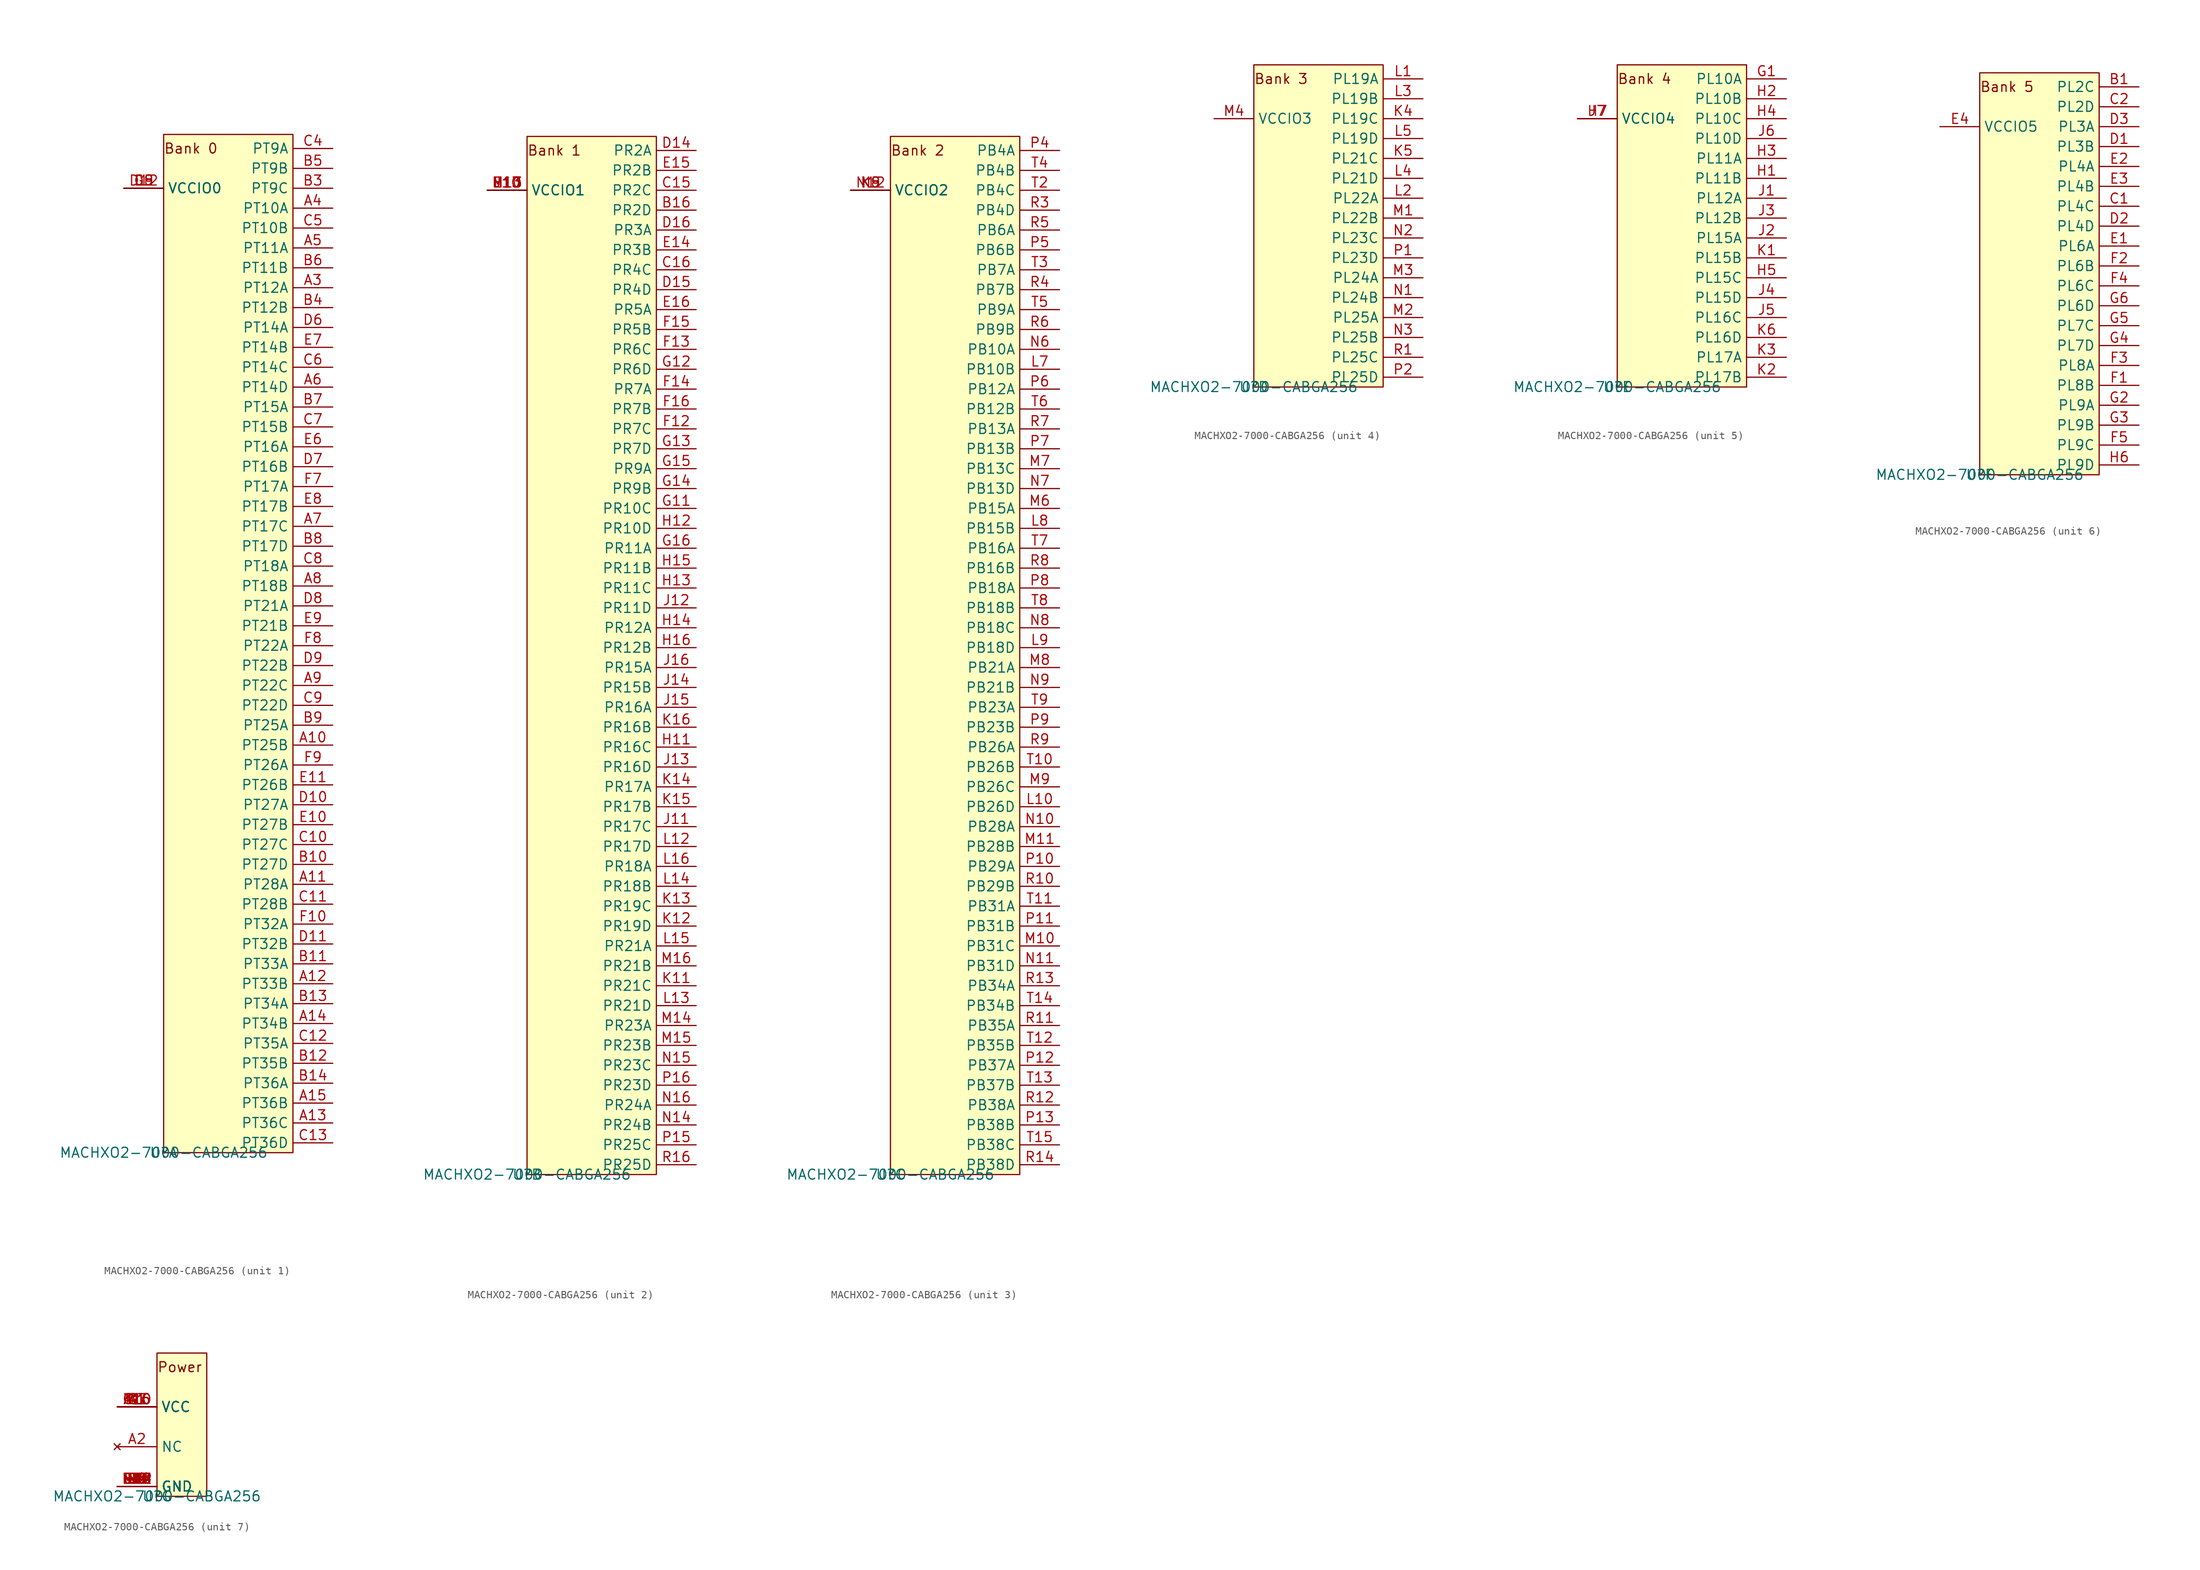
<source format=kicad_sym>
(kicad_symbol_lib
  (version 20211014)
  (generator kicad_symbol_editor)
  (symbol "MACHXO2-7000-CABGA256"
    (property "Reference" "U"
      (at 0 0 0)
      (effects (font (size 1.27 1.27))))
    (property "Value" "MACHXO2-7000-CABGA256"
      (at 0 0 0)
      (effects (font (size 1.27 1.27))))
    (property "ki_locked" ""
      (at 0 0 0)
      (effects (font (size 1.27 1.27))))
    (symbol "MACHXO2-7000-CABGA256_1_0"
      (pin power_in line (at -5.08 123.174 0) (length 5.08) (name "VCCIO0" (effects (font (size 1.27 1.27)))) (number "D5" (effects (font (size 1.27 1.27)))))
      (pin power_in line (at -5.08 123.174 0) (length 5.08) (name "VCCIO0" (effects (font (size 1.27 1.27)))) (number "G8" (effects (font (size 1.27 1.27)))))
      (pin power_in line (at -5.08 123.174 0) (length 5.08) (name "VCCIO0" (effects (font (size 1.27 1.27)))) (number "D12" (effects (font (size 1.27 1.27)))))
      (pin power_in line (at -5.08 123.174 0) (length 5.08) (name "VCCIO0" (effects (font (size 1.27 1.27)))) (number "G9" (effects (font (size 1.27 1.27)))))
      (pin bidirectional line (at 21.59 128.254 180) (length 5.08) (name "PT9A" (effects (font (size 1.27 1.27)))) (number "C4" (effects (font (size 1.27 1.27)))))
      (pin bidirectional line (at 21.59 125.714 180) (length 5.08) (name "PT9B" (effects (font (size 1.27 1.27)))) (number "B5" (effects (font (size 1.27 1.27)))))
      (pin bidirectional line (at 21.59 123.174 180) (length 5.08) (name "PT9C" (effects (font (size 1.27 1.27)))) (number "B3" (effects (font (size 1.27 1.27)))))
      (pin bidirectional line (at 21.59 120.634 180) (length 5.08) (name "PT10A" (effects (font (size 1.27 1.27)))) (number "A4" (effects (font (size 1.27 1.27)))))
      (pin bidirectional line (at 21.59 118.094 180) (length 5.08) (name "PT10B" (effects (font (size 1.27 1.27)))) (number "C5" (effects (font (size 1.27 1.27)))))
      (pin bidirectional line (at 21.59 115.554 180) (length 5.08) (name "PT11A" (effects (font (size 1.27 1.27)))) (number "A5" (effects (font (size 1.27 1.27)))))
      (pin bidirectional line (at 21.59 113.014 180) (length 5.08) (name "PT11B" (effects (font (size 1.27 1.27)))) (number "B6" (effects (font (size 1.27 1.27)))))
      (pin bidirectional line (at 21.59 110.474 180) (length 5.08) (name "PT12A" (effects (font (size 1.27 1.27)))) (number "A3" (effects (font (size 1.27 1.27)))))
      (pin bidirectional line (at 21.59 107.934 180) (length 5.08) (name "PT12B" (effects (font (size 1.27 1.27)))) (number "B4" (effects (font (size 1.27 1.27)))))
      (pin bidirectional line (at 21.59 105.394 180) (length 5.08) (name "PT14A" (effects (font (size 1.27 1.27)))) (number "D6" (effects (font (size 1.27 1.27)))))
      (pin bidirectional line (at 21.59 102.854 180) (length 5.08) (name "PT14B" (effects (font (size 1.27 1.27)))) (number "E7" (effects (font (size 1.27 1.27)))))
      (pin bidirectional line (at 21.59 100.314 180) (length 5.08) (name "PT14C" (effects (font (size 1.27 1.27)))) (number "C6" (effects (font (size 1.27 1.27)))))
      (pin bidirectional line (at 21.59 97.774 180) (length 5.08) (name "PT14D" (effects (font (size 1.27 1.27)))) (number "A6" (effects (font (size 1.27 1.27)))))
      (pin bidirectional line (at 21.59 95.234 180) (length 5.08) (name "PT15A" (effects (font (size 1.27 1.27)))) (number "B7" (effects (font (size 1.27 1.27)))))
      (pin bidirectional line (at 21.59 92.694 180) (length 5.08) (name "PT15B" (effects (font (size 1.27 1.27)))) (number "C7" (effects (font (size 1.27 1.27)))))
      (pin bidirectional line (at 21.59 90.154 180) (length 5.08) (name "PT16A" (effects (font (size 1.27 1.27)))) (number "E6" (effects (font (size 1.27 1.27)))))
      (pin bidirectional line (at 21.59 87.614 180) (length 5.08) (name "PT16B" (effects (font (size 1.27 1.27)))) (number "D7" (effects (font (size 1.27 1.27)))))
      (pin bidirectional line (at 21.59 85.074 180) (length 5.08) (name "PT17A" (effects (font (size 1.27 1.27)))) (number "F7" (effects (font (size 1.27 1.27)))))
      (pin bidirectional line (at 21.59 82.534 180) (length 5.08) (name "PT17B" (effects (font (size 1.27 1.27)))) (number "E8" (effects (font (size 1.27 1.27)))))
      (pin bidirectional line (at 21.59 79.994 180) (length 5.08) (name "PT17C" (effects (font (size 1.27 1.27)))) (number "A7" (effects (font (size 1.27 1.27)))))
      (pin bidirectional line (at 21.59 77.454 180) (length 5.08) (name "PT17D" (effects (font (size 1.27 1.27)))) (number "B8" (effects (font (size 1.27 1.27)))))
      (pin bidirectional line (at 21.59 74.914 180) (length 5.08) (name "PT18A" (effects (font (size 1.27 1.27)))) (number "C8" (effects (font (size 1.27 1.27)))))
      (pin bidirectional line (at 21.59 72.374 180) (length 5.08) (name "PT18B" (effects (font (size 1.27 1.27)))) (number "A8" (effects (font (size 1.27 1.27)))))
      (pin bidirectional line (at 21.59 69.834 180) (length 5.08) (name "PT21A" (effects (font (size 1.27 1.27)))) (number "D8" (effects (font (size 1.27 1.27)))))
      (pin bidirectional line (at 21.59 67.294 180) (length 5.08) (name "PT21B" (effects (font (size 1.27 1.27)))) (number "E9" (effects (font (size 1.27 1.27)))))
      (pin bidirectional line (at 21.59 64.754 180) (length 5.08) (name "PT22A" (effects (font (size 1.27 1.27)))) (number "F8" (effects (font (size 1.27 1.27)))))
      (pin bidirectional line (at 21.59 62.214 180) (length 5.08) (name "PT22B" (effects (font (size 1.27 1.27)))) (number "D9" (effects (font (size 1.27 1.27)))))
      (pin bidirectional line (at 21.59 59.674 180) (length 5.08) (name "PT22C" (effects (font (size 1.27 1.27)))) (number "A9" (effects (font (size 1.27 1.27)))))
      (pin bidirectional line (at 21.59 57.134 180) (length 5.08) (name "PT22D" (effects (font (size 1.27 1.27)))) (number "C9" (effects (font (size 1.27 1.27)))))
      (pin bidirectional line (at 21.59 54.594 180) (length 5.08) (name "PT25A" (effects (font (size 1.27 1.27)))) (number "B9" (effects (font (size 1.27 1.27)))))
      (pin bidirectional line (at 21.59 52.054 180) (length 5.08) (name "PT25B" (effects (font (size 1.27 1.27)))) (number "A10" (effects (font (size 1.27 1.27)))))
      (pin bidirectional line (at 21.59 49.514 180) (length 5.08) (name "PT26A" (effects (font (size 1.27 1.27)))) (number "F9" (effects (font (size 1.27 1.27)))))
      (pin bidirectional line (at 21.59 46.974 180) (length 5.08) (name "PT26B" (effects (font (size 1.27 1.27)))) (number "E11" (effects (font (size 1.27 1.27)))))
      (pin bidirectional line (at 21.59 44.434 180) (length 5.08) (name "PT27A" (effects (font (size 1.27 1.27)))) (number "D10" (effects (font (size 1.27 1.27)))))
      (pin bidirectional line (at 21.59 41.894 180) (length 5.08) (name "PT27B" (effects (font (size 1.27 1.27)))) (number "E10" (effects (font (size 1.27 1.27)))))
      (pin bidirectional line (at 21.59 39.354 180) (length 5.08) (name "PT27C" (effects (font (size 1.27 1.27)))) (number "C10" (effects (font (size 1.27 1.27)))))
      (pin bidirectional line (at 21.59 36.814 180) (length 5.08) (name "PT27D" (effects (font (size 1.27 1.27)))) (number "B10" (effects (font (size 1.27 1.27)))))
      (pin bidirectional line (at 21.59 34.274 180) (length 5.08) (name "PT28A" (effects (font (size 1.27 1.27)))) (number "A11" (effects (font (size 1.27 1.27)))))
      (pin bidirectional line (at 21.59 31.734 180) (length 5.08) (name "PT28B" (effects (font (size 1.27 1.27)))) (number "C11" (effects (font (size 1.27 1.27)))))
      (pin bidirectional line (at 21.59 29.194 180) (length 5.08) (name "PT32A" (effects (font (size 1.27 1.27)))) (number "F10" (effects (font (size 1.27 1.27)))))
      (pin bidirectional line (at 21.59 26.654 180) (length 5.08) (name "PT32B" (effects (font (size 1.27 1.27)))) (number "D11" (effects (font (size 1.27 1.27)))))
      (pin bidirectional line (at 21.59 24.114 180) (length 5.08) (name "PT33A" (effects (font (size 1.27 1.27)))) (number "B11" (effects (font (size 1.27 1.27)))))
      (pin bidirectional line (at 21.59 21.574 180) (length 5.08) (name "PT33B" (effects (font (size 1.27 1.27)))) (number "A12" (effects (font (size 1.27 1.27)))))
      (pin bidirectional line (at 21.59 19.034 180) (length 5.08) (name "PT34A" (effects (font (size 1.27 1.27)))) (number "B13" (effects (font (size 1.27 1.27)))))
      (pin bidirectional line (at 21.59 16.494 180) (length 5.08) (name "PT34B" (effects (font (size 1.27 1.27)))) (number "A14" (effects (font (size 1.27 1.27)))))
      (pin bidirectional line (at 21.59 13.954 180) (length 5.08) (name "PT35A" (effects (font (size 1.27 1.27)))) (number "C12" (effects (font (size 1.27 1.27)))))
      (pin bidirectional line (at 21.59 11.414 180) (length 5.08) (name "PT35B" (effects (font (size 1.27 1.27)))) (number "B12" (effects (font (size 1.27 1.27)))))
      (pin bidirectional line (at 21.59 8.874 180) (length 5.08) (name "PT36A" (effects (font (size 1.27 1.27)))) (number "B14" (effects (font (size 1.27 1.27)))))
      (pin bidirectional line (at 21.59 6.334 180) (length 5.08) (name "PT36B" (effects (font (size 1.27 1.27)))) (number "A15" (effects (font (size 1.27 1.27)))))
      (pin bidirectional line (at 21.59 3.794 180) (length 5.08) (name "PT36C" (effects (font (size 1.27 1.27)))) (number "A13" (effects (font (size 1.27 1.27)))))
      (pin bidirectional line (at 21.59 1.254 180) (length 5.08) (name "PT36D" (effects (font (size 1.27 1.27)))) (number "C13" (effects (font (size 1.27 1.27))))))
    (symbol "MACHXO2-7000-CABGA256_1_1"
      (rectangle (start 0 0) (end 16.51 130.048) (stroke (width 0) (type default) (color 0 0 0 0)) (fill (type background)))
      (text "Bank 0" (at 0 128.254 0) (effects (font (size 1.27 1.27)) (justify left))))
    (symbol "MACHXO2-7000-CABGA256_2_0"
      (pin power_in line (at -5.08 125.714 0) (length 5.08) (name "VCCIO1" (effects (font (size 1.27 1.27)))) (number "E13" (effects (font (size 1.27 1.27)))))
      (pin power_in line (at -5.08 125.714 0) (length 5.08) (name "VCCIO1" (effects (font (size 1.27 1.27)))) (number "H10" (effects (font (size 1.27 1.27)))))
      (pin power_in line (at -5.08 125.714 0) (length 5.08) (name "VCCIO1" (effects (font (size 1.27 1.27)))) (number "J10" (effects (font (size 1.27 1.27)))))
      (pin power_in line (at -5.08 125.714 0) (length 5.08) (name "VCCIO1" (effects (font (size 1.27 1.27)))) (number "M13" (effects (font (size 1.27 1.27)))))
      (pin bidirectional line (at 21.59 130.794 180) (length 5.08) (name "PR2A" (effects (font (size 1.27 1.27)))) (number "D14" (effects (font (size 1.27 1.27)))))
      (pin bidirectional line (at 21.59 128.254 180) (length 5.08) (name "PR2B" (effects (font (size 1.27 1.27)))) (number "E15" (effects (font (size 1.27 1.27)))))
      (pin bidirectional line (at 21.59 125.714 180) (length 5.08) (name "PR2C" (effects (font (size 1.27 1.27)))) (number "C15" (effects (font (size 1.27 1.27)))))
      (pin bidirectional line (at 21.59 123.174 180) (length 5.08) (name "PR2D" (effects (font (size 1.27 1.27)))) (number "B16" (effects (font (size 1.27 1.27)))))
      (pin bidirectional line (at 21.59 120.634 180) (length 5.08) (name "PR3A" (effects (font (size 1.27 1.27)))) (number "D16" (effects (font (size 1.27 1.27)))))
      (pin bidirectional line (at 21.59 118.094 180) (length 5.08) (name "PR3B" (effects (font (size 1.27 1.27)))) (number "E14" (effects (font (size 1.27 1.27)))))
      (pin bidirectional line (at 21.59 115.554 180) (length 5.08) (name "PR4C" (effects (font (size 1.27 1.27)))) (number "C16" (effects (font (size 1.27 1.27)))))
      (pin bidirectional line (at 21.59 113.014 180) (length 5.08) (name "PR4D" (effects (font (size 1.27 1.27)))) (number "D15" (effects (font (size 1.27 1.27)))))
      (pin bidirectional line (at 21.59 110.474 180) (length 5.08) (name "PR5A" (effects (font (size 1.27 1.27)))) (number "E16" (effects (font (size 1.27 1.27)))))
      (pin bidirectional line (at 21.59 107.934 180) (length 5.08) (name "PR5B" (effects (font (size 1.27 1.27)))) (number "F15" (effects (font (size 1.27 1.27)))))
      (pin bidirectional line (at 21.59 105.394 180) (length 5.08) (name "PR6C" (effects (font (size 1.27 1.27)))) (number "F13" (effects (font (size 1.27 1.27)))))
      (pin bidirectional line (at 21.59 102.854 180) (length 5.08) (name "PR6D" (effects (font (size 1.27 1.27)))) (number "G12" (effects (font (size 1.27 1.27)))))
      (pin bidirectional line (at 21.59 100.314 180) (length 5.08) (name "PR7A" (effects (font (size 1.27 1.27)))) (number "F14" (effects (font (size 1.27 1.27)))))
      (pin bidirectional line (at 21.59 97.774 180) (length 5.08) (name "PR7B" (effects (font (size 1.27 1.27)))) (number "F16" (effects (font (size 1.27 1.27)))))
      (pin bidirectional line (at 21.59 95.234 180) (length 5.08) (name "PR7C" (effects (font (size 1.27 1.27)))) (number "F12" (effects (font (size 1.27 1.27)))))
      (pin bidirectional line (at 21.59 92.694 180) (length 5.08) (name "PR7D" (effects (font (size 1.27 1.27)))) (number "G13" (effects (font (size 1.27 1.27)))))
      (pin bidirectional line (at 21.59 90.154 180) (length 5.08) (name "PR9A" (effects (font (size 1.27 1.27)))) (number "G15" (effects (font (size 1.27 1.27)))))
      (pin bidirectional line (at 21.59 87.614 180) (length 5.08) (name "PR9B" (effects (font (size 1.27 1.27)))) (number "G14" (effects (font (size 1.27 1.27)))))
      (pin bidirectional line (at 21.59 85.074 180) (length 5.08) (name "PR10C" (effects (font (size 1.27 1.27)))) (number "G11" (effects (font (size 1.27 1.27)))))
      (pin bidirectional line (at 21.59 82.534 180) (length 5.08) (name "PR10D" (effects (font (size 1.27 1.27)))) (number "H12" (effects (font (size 1.27 1.27)))))
      (pin bidirectional line (at 21.59 79.994 180) (length 5.08) (name "PR11A" (effects (font (size 1.27 1.27)))) (number "G16" (effects (font (size 1.27 1.27)))))
      (pin bidirectional line (at 21.59 77.454 180) (length 5.08) (name "PR11B" (effects (font (size 1.27 1.27)))) (number "H15" (effects (font (size 1.27 1.27)))))
      (pin bidirectional line (at 21.59 74.914 180) (length 5.08) (name "PR11C" (effects (font (size 1.27 1.27)))) (number "H13" (effects (font (size 1.27 1.27)))))
      (pin bidirectional line (at 21.59 72.374 180) (length 5.08) (name "PR11D" (effects (font (size 1.27 1.27)))) (number "J12" (effects (font (size 1.27 1.27)))))
      (pin bidirectional line (at 21.59 69.834 180) (length 5.08) (name "PR12A" (effects (font (size 1.27 1.27)))) (number "H14" (effects (font (size 1.27 1.27)))))
      (pin bidirectional line (at 21.59 67.294 180) (length 5.08) (name "PR12B" (effects (font (size 1.27 1.27)))) (number "H16" (effects (font (size 1.27 1.27)))))
      (pin bidirectional line (at 21.59 64.754 180) (length 5.08) (name "PR15A" (effects (font (size 1.27 1.27)))) (number "J16" (effects (font (size 1.27 1.27)))))
      (pin bidirectional line (at 21.59 62.214 180) (length 5.08) (name "PR15B" (effects (font (size 1.27 1.27)))) (number "J14" (effects (font (size 1.27 1.27)))))
      (pin bidirectional line (at 21.59 59.674 180) (length 5.08) (name "PR16A" (effects (font (size 1.27 1.27)))) (number "J15" (effects (font (size 1.27 1.27)))))
      (pin bidirectional line (at 21.59 57.134 180) (length 5.08) (name "PR16B" (effects (font (size 1.27 1.27)))) (number "K16" (effects (font (size 1.27 1.27)))))
      (pin bidirectional line (at 21.59 54.594 180) (length 5.08) (name "PR16C" (effects (font (size 1.27 1.27)))) (number "H11" (effects (font (size 1.27 1.27)))))
      (pin bidirectional line (at 21.59 52.054 180) (length 5.08) (name "PR16D" (effects (font (size 1.27 1.27)))) (number "J13" (effects (font (size 1.27 1.27)))))
      (pin bidirectional line (at 21.59 49.514 180) (length 5.08) (name "PR17A" (effects (font (size 1.27 1.27)))) (number "K14" (effects (font (size 1.27 1.27)))))
      (pin bidirectional line (at 21.59 46.974 180) (length 5.08) (name "PR17B" (effects (font (size 1.27 1.27)))) (number "K15" (effects (font (size 1.27 1.27)))))
      (pin bidirectional line (at 21.59 44.434 180) (length 5.08) (name "PR17C" (effects (font (size 1.27 1.27)))) (number "J11" (effects (font (size 1.27 1.27)))))
      (pin bidirectional line (at 21.59 41.894 180) (length 5.08) (name "PR17D" (effects (font (size 1.27 1.27)))) (number "L12" (effects (font (size 1.27 1.27)))))
      (pin bidirectional line (at 21.59 39.354 180) (length 5.08) (name "PR18A" (effects (font (size 1.27 1.27)))) (number "L16" (effects (font (size 1.27 1.27)))))
      (pin bidirectional line (at 21.59 36.814 180) (length 5.08) (name "PR18B" (effects (font (size 1.27 1.27)))) (number "L14" (effects (font (size 1.27 1.27)))))
      (pin bidirectional line (at 21.59 34.274 180) (length 5.08) (name "PR19C" (effects (font (size 1.27 1.27)))) (number "K13" (effects (font (size 1.27 1.27)))))
      (pin bidirectional line (at 21.59 31.734 180) (length 5.08) (name "PR19D" (effects (font (size 1.27 1.27)))) (number "K12" (effects (font (size 1.27 1.27)))))
      (pin bidirectional line (at 21.59 29.194 180) (length 5.08) (name "PR21A" (effects (font (size 1.27 1.27)))) (number "L15" (effects (font (size 1.27 1.27)))))
      (pin bidirectional line (at 21.59 26.654 180) (length 5.08) (name "PR21B" (effects (font (size 1.27 1.27)))) (number "M16" (effects (font (size 1.27 1.27)))))
      (pin bidirectional line (at 21.59 24.114 180) (length 5.08) (name "PR21C" (effects (font (size 1.27 1.27)))) (number "K11" (effects (font (size 1.27 1.27)))))
      (pin bidirectional line (at 21.59 21.574 180) (length 5.08) (name "PR21D" (effects (font (size 1.27 1.27)))) (number "L13" (effects (font (size 1.27 1.27)))))
      (pin bidirectional line (at 21.59 19.034 180) (length 5.08) (name "PR23A" (effects (font (size 1.27 1.27)))) (number "M14" (effects (font (size 1.27 1.27)))))
      (pin bidirectional line (at 21.59 16.494 180) (length 5.08) (name "PR23B" (effects (font (size 1.27 1.27)))) (number "M15" (effects (font (size 1.27 1.27)))))
      (pin bidirectional line (at 21.59 13.954 180) (length 5.08) (name "PR23C" (effects (font (size 1.27 1.27)))) (number "N15" (effects (font (size 1.27 1.27)))))
      (pin bidirectional line (at 21.59 11.414 180) (length 5.08) (name "PR23D" (effects (font (size 1.27 1.27)))) (number "P16" (effects (font (size 1.27 1.27)))))
      (pin bidirectional line (at 21.59 8.874 180) (length 5.08) (name "PR24A" (effects (font (size 1.27 1.27)))) (number "N16" (effects (font (size 1.27 1.27)))))
      (pin bidirectional line (at 21.59 6.334 180) (length 5.08) (name "PR24B" (effects (font (size 1.27 1.27)))) (number "N14" (effects (font (size 1.27 1.27)))))
      (pin bidirectional line (at 21.59 3.794 180) (length 5.08) (name "PR25C" (effects (font (size 1.27 1.27)))) (number "P15" (effects (font (size 1.27 1.27)))))
      (pin bidirectional line (at 21.59 1.254 180) (length 5.08) (name "PR25D" (effects (font (size 1.27 1.27)))) (number "R16" (effects (font (size 1.27 1.27))))))
    (symbol "MACHXO2-7000-CABGA256_2_1"
      (rectangle (start 0 0) (end 16.51 132.588) (stroke (width 0) (type default) (color 0 0 0 0)) (fill (type background)))
      (text "Bank 1" (at 0 130.794 0) (effects (font (size 1.27 1.27)) (justify left))))
    (symbol "MACHXO2-7000-CABGA256_3_0"
      (pin power_in line (at -5.08 125.714 0) (length 5.08) (name "VCCIO2" (effects (font (size 1.27 1.27)))) (number "K9" (effects (font (size 1.27 1.27)))))
      (pin power_in line (at -5.08 125.714 0) (length 5.08) (name "VCCIO2" (effects (font (size 1.27 1.27)))) (number "N12" (effects (font (size 1.27 1.27)))))
      (pin power_in line (at -5.08 125.714 0) (length 5.08) (name "VCCIO2" (effects (font (size 1.27 1.27)))) (number "K8" (effects (font (size 1.27 1.27)))))
      (pin power_in line (at -5.08 125.714 0) (length 5.08) (name "VCCIO2" (effects (font (size 1.27 1.27)))) (number "N5" (effects (font (size 1.27 1.27)))))
      (pin bidirectional line (at 21.59 130.794 180) (length 5.08) (name "PB4A" (effects (font (size 1.27 1.27)))) (number "P4" (effects (font (size 1.27 1.27)))))
      (pin bidirectional line (at 21.59 128.254 180) (length 5.08) (name "PB4B" (effects (font (size 1.27 1.27)))) (number "T4" (effects (font (size 1.27 1.27)))))
      (pin bidirectional line (at 21.59 125.714 180) (length 5.08) (name "PB4C" (effects (font (size 1.27 1.27)))) (number "T2" (effects (font (size 1.27 1.27)))))
      (pin bidirectional line (at 21.59 123.174 180) (length 5.08) (name "PB4D" (effects (font (size 1.27 1.27)))) (number "R3" (effects (font (size 1.27 1.27)))))
      (pin bidirectional line (at 21.59 120.634 180) (length 5.08) (name "PB6A" (effects (font (size 1.27 1.27)))) (number "R5" (effects (font (size 1.27 1.27)))))
      (pin bidirectional line (at 21.59 118.094 180) (length 5.08) (name "PB6B" (effects (font (size 1.27 1.27)))) (number "P5" (effects (font (size 1.27 1.27)))))
      (pin bidirectional line (at 21.59 115.554 180) (length 5.08) (name "PB7A" (effects (font (size 1.27 1.27)))) (number "T3" (effects (font (size 1.27 1.27)))))
      (pin bidirectional line (at 21.59 113.014 180) (length 5.08) (name "PB7B" (effects (font (size 1.27 1.27)))) (number "R4" (effects (font (size 1.27 1.27)))))
      (pin bidirectional line (at 21.59 110.474 180) (length 5.08) (name "PB9A" (effects (font (size 1.27 1.27)))) (number "T5" (effects (font (size 1.27 1.27)))))
      (pin bidirectional line (at 21.59 107.934 180) (length 5.08) (name "PB9B" (effects (font (size 1.27 1.27)))) (number "R6" (effects (font (size 1.27 1.27)))))
      (pin bidirectional line (at 21.59 105.394 180) (length 5.08) (name "PB10A" (effects (font (size 1.27 1.27)))) (number "N6" (effects (font (size 1.27 1.27)))))
      (pin bidirectional line (at 21.59 102.854 180) (length 5.08) (name "PB10B" (effects (font (size 1.27 1.27)))) (number "L7" (effects (font (size 1.27 1.27)))))
      (pin bidirectional line (at 21.59 100.314 180) (length 5.08) (name "PB12A" (effects (font (size 1.27 1.27)))) (number "P6" (effects (font (size 1.27 1.27)))))
      (pin bidirectional line (at 21.59 97.774 180) (length 5.08) (name "PB12B" (effects (font (size 1.27 1.27)))) (number "T6" (effects (font (size 1.27 1.27)))))
      (pin bidirectional line (at 21.59 95.234 180) (length 5.08) (name "PB13A" (effects (font (size 1.27 1.27)))) (number "R7" (effects (font (size 1.27 1.27)))))
      (pin bidirectional line (at 21.59 92.694 180) (length 5.08) (name "PB13B" (effects (font (size 1.27 1.27)))) (number "P7" (effects (font (size 1.27 1.27)))))
      (pin bidirectional line (at 21.59 90.154 180) (length 5.08) (name "PB13C" (effects (font (size 1.27 1.27)))) (number "M7" (effects (font (size 1.27 1.27)))))
      (pin bidirectional line (at 21.59 87.614 180) (length 5.08) (name "PB13D" (effects (font (size 1.27 1.27)))) (number "N7" (effects (font (size 1.27 1.27)))))
      (pin bidirectional line (at 21.59 85.074 180) (length 5.08) (name "PB15A" (effects (font (size 1.27 1.27)))) (number "M6" (effects (font (size 1.27 1.27)))))
      (pin bidirectional line (at 21.59 82.534 180) (length 5.08) (name "PB15B" (effects (font (size 1.27 1.27)))) (number "L8" (effects (font (size 1.27 1.27)))))
      (pin bidirectional line (at 21.59 79.994 180) (length 5.08) (name "PB16A" (effects (font (size 1.27 1.27)))) (number "T7" (effects (font (size 1.27 1.27)))))
      (pin bidirectional line (at 21.59 77.454 180) (length 5.08) (name "PB16B" (effects (font (size 1.27 1.27)))) (number "R8" (effects (font (size 1.27 1.27)))))
      (pin bidirectional line (at 21.59 74.914 180) (length 5.08) (name "PB18A" (effects (font (size 1.27 1.27)))) (number "P8" (effects (font (size 1.27 1.27)))))
      (pin bidirectional line (at 21.59 72.374 180) (length 5.08) (name "PB18B" (effects (font (size 1.27 1.27)))) (number "T8" (effects (font (size 1.27 1.27)))))
      (pin bidirectional line (at 21.59 69.834 180) (length 5.08) (name "PB18C" (effects (font (size 1.27 1.27)))) (number "N8" (effects (font (size 1.27 1.27)))))
      (pin bidirectional line (at 21.59 67.294 180) (length 5.08) (name "PB18D" (effects (font (size 1.27 1.27)))) (number "L9" (effects (font (size 1.27 1.27)))))
      (pin bidirectional line (at 21.59 64.754 180) (length 5.08) (name "PB21A" (effects (font (size 1.27 1.27)))) (number "M8" (effects (font (size 1.27 1.27)))))
      (pin bidirectional line (at 21.59 62.214 180) (length 5.08) (name "PB21B" (effects (font (size 1.27 1.27)))) (number "N9" (effects (font (size 1.27 1.27)))))
      (pin bidirectional line (at 21.59 59.674 180) (length 5.08) (name "PB23A" (effects (font (size 1.27 1.27)))) (number "T9" (effects (font (size 1.27 1.27)))))
      (pin bidirectional line (at 21.59 57.134 180) (length 5.08) (name "PB23B" (effects (font (size 1.27 1.27)))) (number "P9" (effects (font (size 1.27 1.27)))))
      (pin bidirectional line (at 21.59 54.594 180) (length 5.08) (name "PB26A" (effects (font (size 1.27 1.27)))) (number "R9" (effects (font (size 1.27 1.27)))))
      (pin bidirectional line (at 21.59 52.054 180) (length 5.08) (name "PB26B" (effects (font (size 1.27 1.27)))) (number "T10" (effects (font (size 1.27 1.27)))))
      (pin bidirectional line (at 21.59 49.514 180) (length 5.08) (name "PB26C" (effects (font (size 1.27 1.27)))) (number "M9" (effects (font (size 1.27 1.27)))))
      (pin bidirectional line (at 21.59 46.974 180) (length 5.08) (name "PB26D" (effects (font (size 1.27 1.27)))) (number "L10" (effects (font (size 1.27 1.27)))))
      (pin bidirectional line (at 21.59 44.434 180) (length 5.08) (name "PB28A" (effects (font (size 1.27 1.27)))) (number "N10" (effects (font (size 1.27 1.27)))))
      (pin bidirectional line (at 21.59 41.894 180) (length 5.08) (name "PB28B" (effects (font (size 1.27 1.27)))) (number "M11" (effects (font (size 1.27 1.27)))))
      (pin bidirectional line (at 21.59 39.354 180) (length 5.08) (name "PB29A" (effects (font (size 1.27 1.27)))) (number "P10" (effects (font (size 1.27 1.27)))))
      (pin bidirectional line (at 21.59 36.814 180) (length 5.08) (name "PB29B" (effects (font (size 1.27 1.27)))) (number "R10" (effects (font (size 1.27 1.27)))))
      (pin bidirectional line (at 21.59 34.274 180) (length 5.08) (name "PB31A" (effects (font (size 1.27 1.27)))) (number "T11" (effects (font (size 1.27 1.27)))))
      (pin bidirectional line (at 21.59 31.734 180) (length 5.08) (name "PB31B" (effects (font (size 1.27 1.27)))) (number "P11" (effects (font (size 1.27 1.27)))))
      (pin bidirectional line (at 21.59 29.194 180) (length 5.08) (name "PB31C" (effects (font (size 1.27 1.27)))) (number "M10" (effects (font (size 1.27 1.27)))))
      (pin bidirectional line (at 21.59 26.654 180) (length 5.08) (name "PB31D" (effects (font (size 1.27 1.27)))) (number "N11" (effects (font (size 1.27 1.27)))))
      (pin bidirectional line (at 21.59 24.114 180) (length 5.08) (name "PB34A" (effects (font (size 1.27 1.27)))) (number "R13" (effects (font (size 1.27 1.27)))))
      (pin bidirectional line (at 21.59 21.574 180) (length 5.08) (name "PB34B" (effects (font (size 1.27 1.27)))) (number "T14" (effects (font (size 1.27 1.27)))))
      (pin bidirectional line (at 21.59 19.034 180) (length 5.08) (name "PB35A" (effects (font (size 1.27 1.27)))) (number "R11" (effects (font (size 1.27 1.27)))))
      (pin bidirectional line (at 21.59 16.494 180) (length 5.08) (name "PB35B" (effects (font (size 1.27 1.27)))) (number "T12" (effects (font (size 1.27 1.27)))))
      (pin bidirectional line (at 21.59 13.954 180) (length 5.08) (name "PB37A" (effects (font (size 1.27 1.27)))) (number "P12" (effects (font (size 1.27 1.27)))))
      (pin bidirectional line (at 21.59 11.414 180) (length 5.08) (name "PB37B" (effects (font (size 1.27 1.27)))) (number "T13" (effects (font (size 1.27 1.27)))))
      (pin bidirectional line (at 21.59 8.874 180) (length 5.08) (name "PB38A" (effects (font (size 1.27 1.27)))) (number "R12" (effects (font (size 1.27 1.27)))))
      (pin bidirectional line (at 21.59 6.334 180) (length 5.08) (name "PB38B" (effects (font (size 1.27 1.27)))) (number "P13" (effects (font (size 1.27 1.27)))))
      (pin bidirectional line (at 21.59 3.794 180) (length 5.08) (name "PB38C" (effects (font (size 1.27 1.27)))) (number "T15" (effects (font (size 1.27 1.27)))))
      (pin bidirectional line (at 21.59 1.254 180) (length 5.08) (name "PB38D" (effects (font (size 1.27 1.27)))) (number "R14" (effects (font (size 1.27 1.27))))))
    (symbol "MACHXO2-7000-CABGA256_3_1"
      (rectangle (start 0 0) (end 16.51 132.588) (stroke (width 0) (type default) (color 0 0 0 0)) (fill (type background)))
      (text "Bank 2" (at 0 130.794 0) (effects (font (size 1.27 1.27)) (justify left))))
    (symbol "MACHXO2-7000-CABGA256_4_0"
      (pin power_in line (at -5.08 34.274 0) (length 5.08) (name "VCCIO3" (effects (font (size 1.27 1.27)))) (number "M4" (effects (font (size 1.27 1.27)))))
      (pin bidirectional line (at 21.59 39.354 180) (length 5.08) (name "PL19A" (effects (font (size 1.27 1.27)))) (number "L1" (effects (font (size 1.27 1.27)))))
      (pin bidirectional line (at 21.59 36.814 180) (length 5.08) (name "PL19B" (effects (font (size 1.27 1.27)))) (number "L3" (effects (font (size 1.27 1.27)))))
      (pin bidirectional line (at 21.59 34.274 180) (length 5.08) (name "PL19C" (effects (font (size 1.27 1.27)))) (number "K4" (effects (font (size 1.27 1.27)))))
      (pin bidirectional line (at 21.59 31.734 180) (length 5.08) (name "PL19D" (effects (font (size 1.27 1.27)))) (number "L5" (effects (font (size 1.27 1.27)))))
      (pin bidirectional line (at 21.59 29.194 180) (length 5.08) (name "PL21C" (effects (font (size 1.27 1.27)))) (number "K5" (effects (font (size 1.27 1.27)))))
      (pin bidirectional line (at 21.59 26.654 180) (length 5.08) (name "PL21D" (effects (font (size 1.27 1.27)))) (number "L4" (effects (font (size 1.27 1.27)))))
      (pin bidirectional line (at 21.59 24.114 180) (length 5.08) (name "PL22A" (effects (font (size 1.27 1.27)))) (number "L2" (effects (font (size 1.27 1.27)))))
      (pin bidirectional line (at 21.59 21.574 180) (length 5.08) (name "PL22B" (effects (font (size 1.27 1.27)))) (number "M1" (effects (font (size 1.27 1.27)))))
      (pin bidirectional line (at 21.59 19.034 180) (length 5.08) (name "PL23C" (effects (font (size 1.27 1.27)))) (number "N2" (effects (font (size 1.27 1.27)))))
      (pin bidirectional line (at 21.59 16.494 180) (length 5.08) (name "PL23D" (effects (font (size 1.27 1.27)))) (number "P1" (effects (font (size 1.27 1.27)))))
      (pin bidirectional line (at 21.59 13.954 180) (length 5.08) (name "PL24A" (effects (font (size 1.27 1.27)))) (number "M3" (effects (font (size 1.27 1.27)))))
      (pin bidirectional line (at 21.59 11.414 180) (length 5.08) (name "PL24B" (effects (font (size 1.27 1.27)))) (number "N1" (effects (font (size 1.27 1.27)))))
      (pin bidirectional line (at 21.59 8.874 180) (length 5.08) (name "PL25A" (effects (font (size 1.27 1.27)))) (number "M2" (effects (font (size 1.27 1.27)))))
      (pin bidirectional line (at 21.59 6.334 180) (length 5.08) (name "PL25B" (effects (font (size 1.27 1.27)))) (number "N3" (effects (font (size 1.27 1.27)))))
      (pin bidirectional line (at 21.59 3.794 180) (length 5.08) (name "PL25C" (effects (font (size 1.27 1.27)))) (number "R1" (effects (font (size 1.27 1.27)))))
      (pin bidirectional line (at 21.59 1.254 180) (length 5.08) (name "PL25D" (effects (font (size 1.27 1.27)))) (number "P2" (effects (font (size 1.27 1.27))))))
    (symbol "MACHXO2-7000-CABGA256_4_1"
      (rectangle (start 0 0) (end 16.51 41.148) (stroke (width 0) (type default) (color 0 0 0 0)) (fill (type background)))
      (text "Bank 3" (at 0 39.354 0) (effects (font (size 1.27 1.27)) (justify left))))
    (symbol "MACHXO2-7000-CABGA256_5_0"
      (pin power_in line (at -5.08 34.274 0) (length 5.08) (name "VCCIO4" (effects (font (size 1.27 1.27)))) (number "J7" (effects (font (size 1.27 1.27)))))
      (pin power_in line (at -5.08 34.274 0) (length 5.08) (name "VCCIO4" (effects (font (size 1.27 1.27)))) (number "H7" (effects (font (size 1.27 1.27)))))
      (pin bidirectional line (at 21.59 39.354 180) (length 5.08) (name "PL10A" (effects (font (size 1.27 1.27)))) (number "G1" (effects (font (size 1.27 1.27)))))
      (pin bidirectional line (at 21.59 36.814 180) (length 5.08) (name "PL10B" (effects (font (size 1.27 1.27)))) (number "H2" (effects (font (size 1.27 1.27)))))
      (pin bidirectional line (at 21.59 34.274 180) (length 5.08) (name "PL10C" (effects (font (size 1.27 1.27)))) (number "H4" (effects (font (size 1.27 1.27)))))
      (pin bidirectional line (at 21.59 31.734 180) (length 5.08) (name "PL10D" (effects (font (size 1.27 1.27)))) (number "J6" (effects (font (size 1.27 1.27)))))
      (pin bidirectional line (at 21.59 29.194 180) (length 5.08) (name "PL11A" (effects (font (size 1.27 1.27)))) (number "H3" (effects (font (size 1.27 1.27)))))
      (pin bidirectional line (at 21.59 26.654 180) (length 5.08) (name "PL11B" (effects (font (size 1.27 1.27)))) (number "H1" (effects (font (size 1.27 1.27)))))
      (pin bidirectional line (at 21.59 24.114 180) (length 5.08) (name "PL12A" (effects (font (size 1.27 1.27)))) (number "J1" (effects (font (size 1.27 1.27)))))
      (pin bidirectional line (at 21.59 21.574 180) (length 5.08) (name "PL12B" (effects (font (size 1.27 1.27)))) (number "J3" (effects (font (size 1.27 1.27)))))
      (pin bidirectional line (at 21.59 19.034 180) (length 5.08) (name "PL15A" (effects (font (size 1.27 1.27)))) (number "J2" (effects (font (size 1.27 1.27)))))
      (pin bidirectional line (at 21.59 16.494 180) (length 5.08) (name "PL15B" (effects (font (size 1.27 1.27)))) (number "K1" (effects (font (size 1.27 1.27)))))
      (pin bidirectional line (at 21.59 13.954 180) (length 5.08) (name "PL15C" (effects (font (size 1.27 1.27)))) (number "H5" (effects (font (size 1.27 1.27)))))
      (pin bidirectional line (at 21.59 11.414 180) (length 5.08) (name "PL15D" (effects (font (size 1.27 1.27)))) (number "J4" (effects (font (size 1.27 1.27)))))
      (pin bidirectional line (at 21.59 8.874 180) (length 5.08) (name "PL16C" (effects (font (size 1.27 1.27)))) (number "J5" (effects (font (size 1.27 1.27)))))
      (pin bidirectional line (at 21.59 6.334 180) (length 5.08) (name "PL16D" (effects (font (size 1.27 1.27)))) (number "K6" (effects (font (size 1.27 1.27)))))
      (pin bidirectional line (at 21.59 3.794 180) (length 5.08) (name "PL17A" (effects (font (size 1.27 1.27)))) (number "K3" (effects (font (size 1.27 1.27)))))
      (pin bidirectional line (at 21.59 1.254 180) (length 5.08) (name "PL17B" (effects (font (size 1.27 1.27)))) (number "K2" (effects (font (size 1.27 1.27))))))
    (symbol "MACHXO2-7000-CABGA256_5_1"
      (rectangle (start 0 0) (end 16.51 41.148) (stroke (width 0) (type default) (color 0 0 0 0)) (fill (type background)))
      (text "Bank 4" (at 0 39.354 0) (effects (font (size 1.27 1.27)) (justify left))))
    (symbol "MACHXO2-7000-CABGA256_6_0"
      (pin power_in line (at -5.08 44.434 0) (length 5.08) (name "VCCIO5" (effects (font (size 1.27 1.27)))) (number "E4" (effects (font (size 1.27 1.27)))))
      (pin bidirectional line (at 20.32 49.514 180) (length 5.08) (name "PL2C" (effects (font (size 1.27 1.27)))) (number "B1" (effects (font (size 1.27 1.27)))))
      (pin bidirectional line (at 20.32 46.974 180) (length 5.08) (name "PL2D" (effects (font (size 1.27 1.27)))) (number "C2" (effects (font (size 1.27 1.27)))))
      (pin bidirectional line (at 20.32 44.434 180) (length 5.08) (name "PL3A" (effects (font (size 1.27 1.27)))) (number "D3" (effects (font (size 1.27 1.27)))))
      (pin bidirectional line (at 20.32 41.894 180) (length 5.08) (name "PL3B" (effects (font (size 1.27 1.27)))) (number "D1" (effects (font (size 1.27 1.27)))))
      (pin bidirectional line (at 20.32 39.354 180) (length 5.08) (name "PL4A" (effects (font (size 1.27 1.27)))) (number "E2" (effects (font (size 1.27 1.27)))))
      (pin bidirectional line (at 20.32 36.814 180) (length 5.08) (name "PL4B" (effects (font (size 1.27 1.27)))) (number "E3" (effects (font (size 1.27 1.27)))))
      (pin bidirectional line (at 20.32 34.274 180) (length 5.08) (name "PL4C" (effects (font (size 1.27 1.27)))) (number "C1" (effects (font (size 1.27 1.27)))))
      (pin bidirectional line (at 20.32 31.734 180) (length 5.08) (name "PL4D" (effects (font (size 1.27 1.27)))) (number "D2" (effects (font (size 1.27 1.27)))))
      (pin bidirectional line (at 20.32 29.194 180) (length 5.08) (name "PL6A" (effects (font (size 1.27 1.27)))) (number "E1" (effects (font (size 1.27 1.27)))))
      (pin bidirectional line (at 20.32 26.654 180) (length 5.08) (name "PL6B" (effects (font (size 1.27 1.27)))) (number "F2" (effects (font (size 1.27 1.27)))))
      (pin bidirectional line (at 20.32 24.114 180) (length 5.08) (name "PL6C" (effects (font (size 1.27 1.27)))) (number "F4" (effects (font (size 1.27 1.27)))))
      (pin bidirectional line (at 20.32 21.574 180) (length 5.08) (name "PL6D" (effects (font (size 1.27 1.27)))) (number "G6" (effects (font (size 1.27 1.27)))))
      (pin bidirectional line (at 20.32 19.034 180) (length 5.08) (name "PL7C" (effects (font (size 1.27 1.27)))) (number "G5" (effects (font (size 1.27 1.27)))))
      (pin bidirectional line (at 20.32 16.494 180) (length 5.08) (name "PL7D" (effects (font (size 1.27 1.27)))) (number "G4" (effects (font (size 1.27 1.27)))))
      (pin bidirectional line (at 20.32 13.954 180) (length 5.08) (name "PL8A" (effects (font (size 1.27 1.27)))) (number "F3" (effects (font (size 1.27 1.27)))))
      (pin bidirectional line (at 20.32 11.414 180) (length 5.08) (name "PL8B" (effects (font (size 1.27 1.27)))) (number "F1" (effects (font (size 1.27 1.27)))))
      (pin bidirectional line (at 20.32 8.874 180) (length 5.08) (name "PL9A" (effects (font (size 1.27 1.27)))) (number "G2" (effects (font (size 1.27 1.27)))))
      (pin bidirectional line (at 20.32 6.334 180) (length 5.08) (name "PL9B" (effects (font (size 1.27 1.27)))) (number "G3" (effects (font (size 1.27 1.27)))))
      (pin bidirectional line (at 20.32 3.794 180) (length 5.08) (name "PL9C" (effects (font (size 1.27 1.27)))) (number "F5" (effects (font (size 1.27 1.27)))))
      (pin bidirectional line (at 20.32 1.254 180) (length 5.08) (name "PL9D" (effects (font (size 1.27 1.27)))) (number "H6" (effects (font (size 1.27 1.27))))))
    (symbol "MACHXO2-7000-CABGA256_6_1"
      (rectangle (start 0 0) (end 15.24 51.308) (stroke (width 0) (type default) (color 0 0 0 0)) (fill (type background)))
      (text "Bank 5" (at 0 49.514 0) (effects (font (size 1.27 1.27)) (justify left))))
    (symbol "MACHXO2-7000-CABGA256_7_0"
      (pin power_in line (at -5.08 11.414 0) (length 5.08) (name "VCC" (effects (font (size 1.27 1.27)))) (number "A1" (effects (font (size 1.27 1.27)))))
      (pin power_in line (at -5.08 11.414 0) (length 5.08) (name "VCC" (effects (font (size 1.27 1.27)))) (number "A16" (effects (font (size 1.27 1.27)))))
      (pin power_in line (at -5.08 11.414 0) (length 5.08) (name "VCC" (effects (font (size 1.27 1.27)))) (number "T1" (effects (font (size 1.27 1.27)))))
      (pin power_in line (at -5.08 11.414 0) (length 5.08) (name "VCC" (effects (font (size 1.27 1.27)))) (number "T16" (effects (font (size 1.27 1.27)))))
      (pin power_in line (at -5.08 11.414 0) (length 5.08) (name "VCC" (effects (font (size 1.27 1.27)))) (number "G7" (effects (font (size 1.27 1.27)))))
      (pin power_in line (at -5.08 11.414 0) (length 5.08) (name "VCC" (effects (font (size 1.27 1.27)))) (number "G10" (effects (font (size 1.27 1.27)))))
      (pin power_in line (at -5.08 11.414 0) (length 5.08) (name "VCC" (effects (font (size 1.27 1.27)))) (number "K7" (effects (font (size 1.27 1.27)))))
      (pin power_in line (at -5.08 11.414 0) (length 5.08) (name "VCC" (effects (font (size 1.27 1.27)))) (number "K10" (effects (font (size 1.27 1.27)))))
      (pin no_connect line (at -5.08 6.334 0) (length 5.08) (name "NC" (effects (font (size 1.27 1.27)))) (number "A2" (effects (font (size 1.27 1.27)))))
      (pin power_in line (at -5.08 1.254 0) (length 5.08) (name "GND" (effects (font (size 1.27 1.27)))) (number "B2" (effects (font (size 1.27 1.27)))))
      (pin power_in line (at -5.08 1.254 0) (length 5.08) (name "GND" (effects (font (size 1.27 1.27)))) (number "B15" (effects (font (size 1.27 1.27)))))
      (pin power_in line (at -5.08 1.254 0) (length 5.08) (name "GND" (effects (font (size 1.27 1.27)))) (number "C3" (effects (font (size 1.27 1.27)))))
      (pin power_in line (at -5.08 1.254 0) (length 5.08) (name "GND" (effects (font (size 1.27 1.27)))) (number "C14" (effects (font (size 1.27 1.27)))))
      (pin power_in line (at -5.08 1.254 0) (length 5.08) (name "GND" (effects (font (size 1.27 1.27)))) (number "D4" (effects (font (size 1.27 1.27)))))
      (pin power_in line (at -5.08 1.254 0) (length 5.08) (name "GND" (effects (font (size 1.27 1.27)))) (number "D13" (effects (font (size 1.27 1.27)))))
      (pin power_in line (at -5.08 1.254 0) (length 5.08) (name "GND" (effects (font (size 1.27 1.27)))) (number "E5" (effects (font (size 1.27 1.27)))))
      (pin power_in line (at -5.08 1.254 0) (length 5.08) (name "GND" (effects (font (size 1.27 1.27)))) (number "E12" (effects (font (size 1.27 1.27)))))
      (pin power_in line (at -5.08 1.254 0) (length 5.08) (name "GND" (effects (font (size 1.27 1.27)))) (number "F6" (effects (font (size 1.27 1.27)))))
      (pin power_in line (at -5.08 1.254 0) (length 5.08) (name "GND" (effects (font (size 1.27 1.27)))) (number "F11" (effects (font (size 1.27 1.27)))))
      (pin power_in line (at -5.08 1.254 0) (length 5.08) (name "GND" (effects (font (size 1.27 1.27)))) (number "H8" (effects (font (size 1.27 1.27)))))
      (pin power_in line (at -5.08 1.254 0) (length 5.08) (name "GND" (effects (font (size 1.27 1.27)))) (number "H9" (effects (font (size 1.27 1.27)))))
      (pin power_in line (at -5.08 1.254 0) (length 5.08) (name "GND" (effects (font (size 1.27 1.27)))) (number "J8" (effects (font (size 1.27 1.27)))))
      (pin power_in line (at -5.08 1.254 0) (length 5.08) (name "GND" (effects (font (size 1.27 1.27)))) (number "J9" (effects (font (size 1.27 1.27)))))
      (pin power_in line (at -5.08 1.254 0) (length 5.08) (name "GND" (effects (font (size 1.27 1.27)))) (number "L6" (effects (font (size 1.27 1.27)))))
      (pin power_in line (at -5.08 1.254 0) (length 5.08) (name "GND" (effects (font (size 1.27 1.27)))) (number "L11" (effects (font (size 1.27 1.27)))))
      (pin power_in line (at -5.08 1.254 0) (length 5.08) (name "GND" (effects (font (size 1.27 1.27)))) (number "M5" (effects (font (size 1.27 1.27)))))
      (pin power_in line (at -5.08 1.254 0) (length 5.08) (name "GND" (effects (font (size 1.27 1.27)))) (number "M12" (effects (font (size 1.27 1.27)))))
      (pin power_in line (at -5.08 1.254 0) (length 5.08) (name "GND" (effects (font (size 1.27 1.27)))) (number "N4" (effects (font (size 1.27 1.27)))))
      (pin power_in line (at -5.08 1.254 0) (length 5.08) (name "GND" (effects (font (size 1.27 1.27)))) (number "N13" (effects (font (size 1.27 1.27)))))
      (pin power_in line (at -5.08 1.254 0) (length 5.08) (name "GND" (effects (font (size 1.27 1.27)))) (number "P3" (effects (font (size 1.27 1.27)))))
      (pin power_in line (at -5.08 1.254 0) (length 5.08) (name "GND" (effects (font (size 1.27 1.27)))) (number "P14" (effects (font (size 1.27 1.27)))))
      (pin power_in line (at -5.08 1.254 0) (length 5.08) (name "GND" (effects (font (size 1.27 1.27)))) (number "R2" (effects (font (size 1.27 1.27)))))
      (pin power_in line (at -5.08 1.254 0) (length 5.08) (name "GND" (effects (font (size 1.27 1.27)))) (number "R15" (effects (font (size 1.27 1.27))))))
    (symbol "MACHXO2-7000-CABGA256_7_1"
      (rectangle (start 0 0) (end 6.35 18.288) (stroke (width 0) (type default) (color 0 0 0 0)) (fill (type background)))
      (text "Power" (at 0 16.494 0) (effects (font (size 1.27 1.27)) (justify left))))))
</source>
